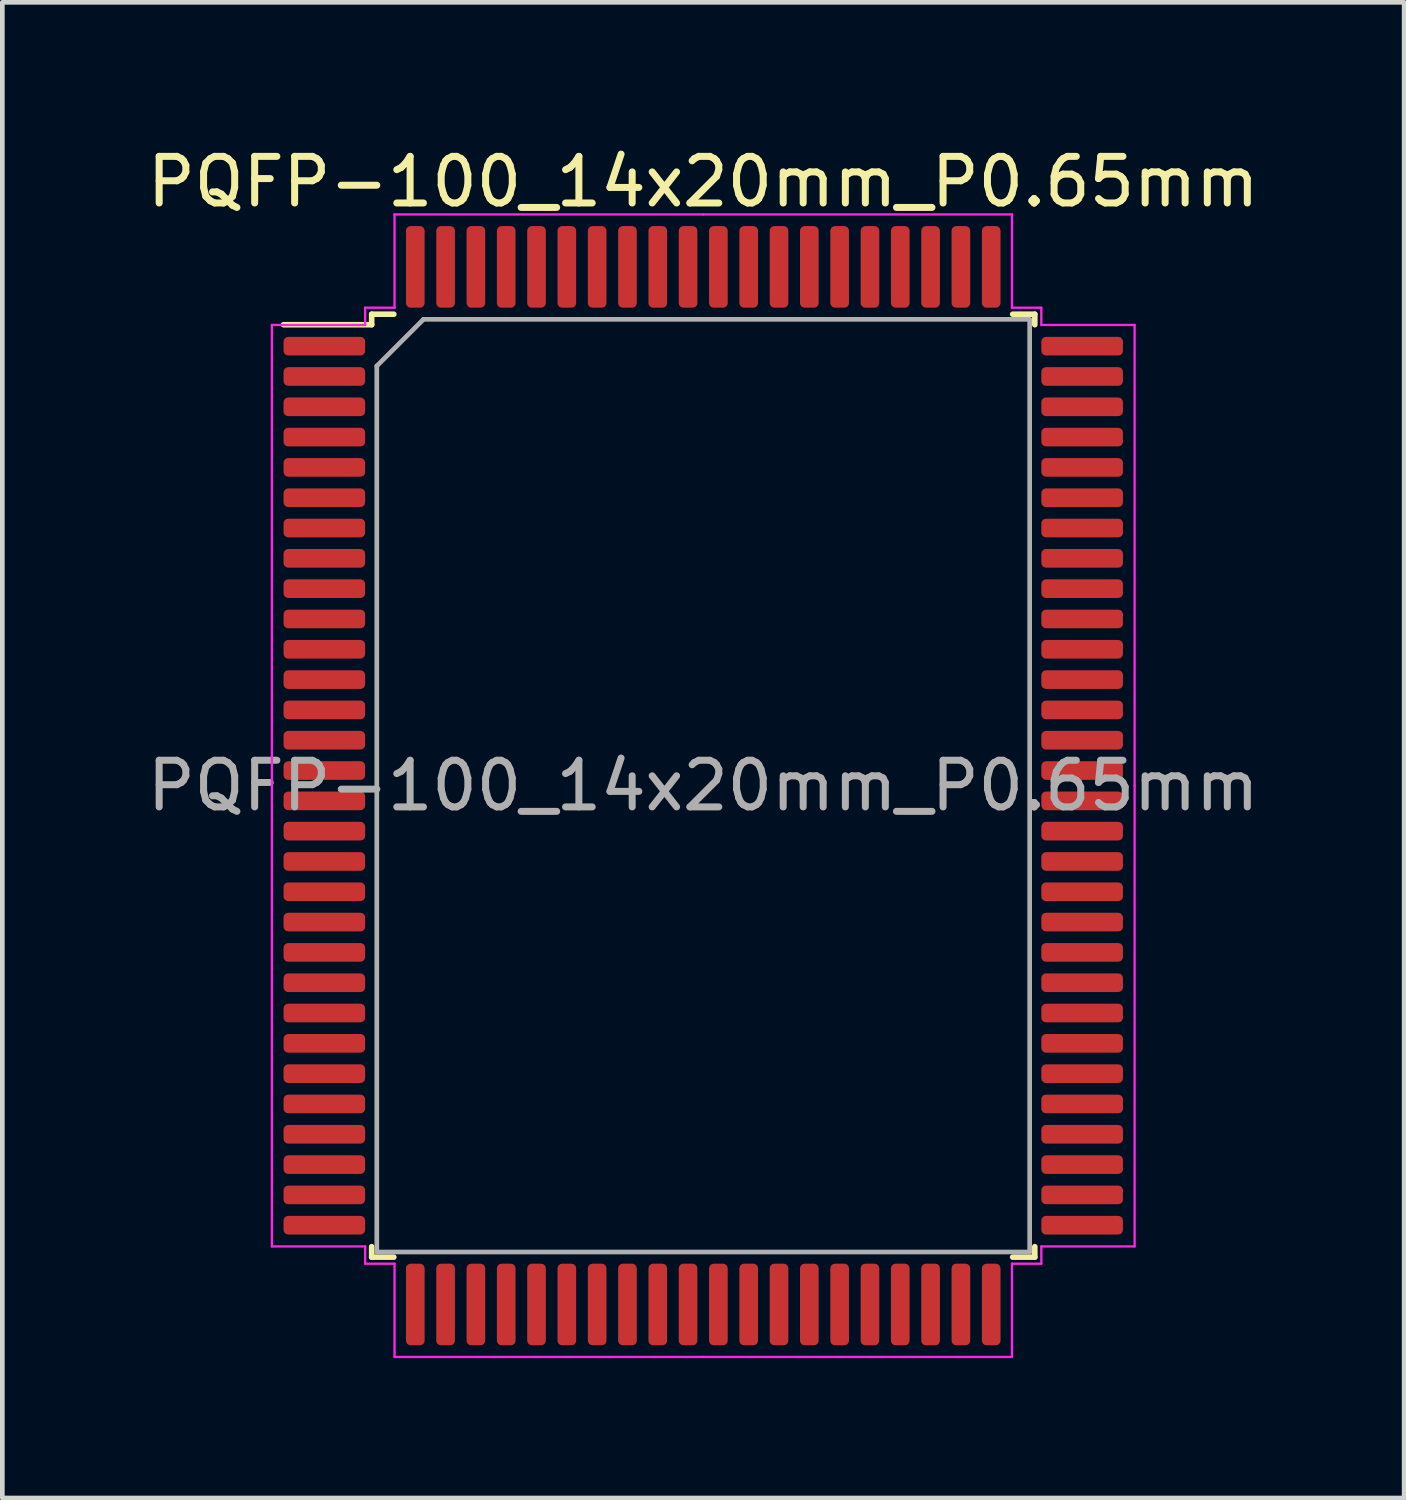
<source format=kicad_pcb>
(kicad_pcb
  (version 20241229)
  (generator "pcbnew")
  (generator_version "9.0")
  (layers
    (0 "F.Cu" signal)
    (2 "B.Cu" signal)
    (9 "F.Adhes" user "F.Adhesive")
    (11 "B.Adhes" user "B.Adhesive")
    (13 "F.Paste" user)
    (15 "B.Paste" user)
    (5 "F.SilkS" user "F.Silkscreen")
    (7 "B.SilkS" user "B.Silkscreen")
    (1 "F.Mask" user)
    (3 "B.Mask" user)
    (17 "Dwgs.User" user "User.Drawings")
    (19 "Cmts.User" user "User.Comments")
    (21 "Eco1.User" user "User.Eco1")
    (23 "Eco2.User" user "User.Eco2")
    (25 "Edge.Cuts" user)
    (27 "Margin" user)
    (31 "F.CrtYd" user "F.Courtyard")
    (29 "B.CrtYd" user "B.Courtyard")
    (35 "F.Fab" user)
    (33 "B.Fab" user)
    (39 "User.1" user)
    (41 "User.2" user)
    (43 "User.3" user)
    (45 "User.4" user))
  (footprint "PQFP-100_14x20mm_P0.65mm"
    (layer "F.Cu")
    (at 12.03 13.798)
    (property "Reference" "PQFP-100_14x20mm_P0.65mm" (at 0 -12.95 0) (layer "F.SilkS") (effects (font (size 1 1) (thickness 0.15))))
    (attr smd)
    (fp_line (start -7.11 -10.11) (end -7.11 -9.885) (stroke (width 0.12) (type solid)) (layer "F.SilkS"))
    (fp_line (start -7.11 -9.885) (end -9 -9.885) (stroke (width 0.12) (type solid)) (layer "F.SilkS"))
    (fp_line (start -7.11 10.11) (end -7.11 9.885) (stroke (width 0.12) (type solid)) (layer "F.SilkS"))
    (fp_line (start -6.635 -10.11) (end -7.11 -10.11) (stroke (width 0.12) (type solid)) (layer "F.SilkS"))
    (fp_line (start -6.635 10.11) (end -7.11 10.11) (stroke (width 0.12) (type solid)) (layer "F.SilkS"))
    (fp_line (start 6.635 -10.11) (end 7.11 -10.11) (stroke (width 0.12) (type solid)) (layer "F.SilkS"))
    (fp_line (start 6.635 10.11) (end 7.11 10.11) (stroke (width 0.12) (type solid)) (layer "F.SilkS"))
    (fp_line (start 7.11 -10.11) (end 7.11 -9.885) (stroke (width 0.12) (type solid)) (layer "F.SilkS"))
    (fp_line (start 7.11 10.11) (end 7.11 9.885) (stroke (width 0.12) (type solid)) (layer "F.SilkS"))
    (fp_line (start -9.25 -9.88) (end -9.25 0) (stroke (width 0.05) (type solid)) (layer "F.CrtYd"))
    (fp_line (start -9.25 9.88) (end -9.25 0) (stroke (width 0.05) (type solid)) (layer "F.CrtYd"))
    (fp_line (start -7.25 -10.25) (end -7.25 -9.88) (stroke (width 0.05) (type solid)) (layer "F.CrtYd"))
    (fp_line (start -7.25 -9.88) (end -9.25 -9.88) (stroke (width 0.05) (type solid)) (layer "F.CrtYd"))
    (fp_line (start -7.25 9.88) (end -9.25 9.88) (stroke (width 0.05) (type solid)) (layer "F.CrtYd"))
    (fp_line (start -7.25 10.25) (end -7.25 9.88) (stroke (width 0.05) (type solid)) (layer "F.CrtYd"))
    (fp_line (start -6.62 -12.25) (end -6.62 -10.25) (stroke (width 0.05) (type solid)) (layer "F.CrtYd"))
    (fp_line (start -6.62 -10.25) (end -7.25 -10.25) (stroke (width 0.05) (type solid)) (layer "F.CrtYd"))
    (fp_line (start -6.62 10.25) (end -7.25 10.25) (stroke (width 0.05) (type solid)) (layer "F.CrtYd"))
    (fp_line (start -6.62 12.25) (end -6.62 10.25) (stroke (width 0.05) (type solid)) (layer "F.CrtYd"))
    (fp_line (start 0 -12.25) (end -6.62 -12.25) (stroke (width 0.05) (type solid)) (layer "F.CrtYd"))
    (fp_line (start 0 -12.25) (end 6.62 -12.25) (stroke (width 0.05) (type solid)) (layer "F.CrtYd"))
    (fp_line (start 0 12.25) (end -6.62 12.25) (stroke (width 0.05) (type solid)) (layer "F.CrtYd"))
    (fp_line (start 0 12.25) (end 6.62 12.25) (stroke (width 0.05) (type solid)) (layer "F.CrtYd"))
    (fp_line (start 6.62 -12.25) (end 6.62 -10.25) (stroke (width 0.05) (type solid)) (layer "F.CrtYd"))
    (fp_line (start 6.62 -10.25) (end 7.25 -10.25) (stroke (width 0.05) (type solid)) (layer "F.CrtYd"))
    (fp_line (start 6.62 10.25) (end 7.25 10.25) (stroke (width 0.05) (type solid)) (layer "F.CrtYd"))
    (fp_line (start 6.62 12.25) (end 6.62 10.25) (stroke (width 0.05) (type solid)) (layer "F.CrtYd"))
    (fp_line (start 7.25 -10.25) (end 7.25 -9.88) (stroke (width 0.05) (type solid)) (layer "F.CrtYd"))
    (fp_line (start 7.25 -9.88) (end 9.25 -9.88) (stroke (width 0.05) (type solid)) (layer "F.CrtYd"))
    (fp_line (start 7.25 9.88) (end 9.25 9.88) (stroke (width 0.05) (type solid)) (layer "F.CrtYd"))
    (fp_line (start 7.25 10.25) (end 7.25 9.88) (stroke (width 0.05) (type solid)) (layer "F.CrtYd"))
    (fp_line (start 9.25 -9.88) (end 9.25 0) (stroke (width 0.05) (type solid)) (layer "F.CrtYd"))
    (fp_line (start 9.25 9.88) (end 9.25 0) (stroke (width 0.05) (type solid)) (layer "F.CrtYd"))
    (fp_line (start -7 -9) (end -6 -10) (stroke (width 0.1) (type solid)) (layer "F.Fab"))
    (fp_line (start -7 10) (end -7 -9) (stroke (width 0.1) (type solid)) (layer "F.Fab"))
    (fp_line (start -6 -10) (end 7 -10) (stroke (width 0.1) (type solid)) (layer "F.Fab"))
    (fp_line (start 7 -10) (end 7 10) (stroke (width 0.1) (type solid)) (layer "F.Fab"))
    (fp_line (start 7 10) (end -7 10) (stroke (width 0.1) (type solid)) (layer "F.Fab"))
    (fp_text user "${REFERENCE}" (at 0 0 0) (layer "F.Fab") (effects (font (size 1 1) (thickness 0.15))))
    (pad "1" smd roundrect (at -8.125 -9.425) (size 1.75 0.4) (layers "F.Cu" "F.Mask" "F.Paste") (roundrect_rratio 0.25))
    (pad "2" smd roundrect (at -8.125 -8.775) (size 1.75 0.4) (layers "F.Cu" "F.Mask" "F.Paste") (roundrect_rratio 0.25))
    (pad "3" smd roundrect (at -8.125 -8.125) (size 1.75 0.4) (layers "F.Cu" "F.Mask" "F.Paste") (roundrect_rratio 0.25))
    (pad "4" smd roundrect (at -8.125 -7.475) (size 1.75 0.4) (layers "F.Cu" "F.Mask" "F.Paste") (roundrect_rratio 0.25))
    (pad "5" smd roundrect (at -8.125 -6.825) (size 1.75 0.4) (layers "F.Cu" "F.Mask" "F.Paste") (roundrect_rratio 0.25))
    (pad "6" smd roundrect (at -8.125 -6.175) (size 1.75 0.4) (layers "F.Cu" "F.Mask" "F.Paste") (roundrect_rratio 0.25))
    (pad "7" smd roundrect (at -8.125 -5.525) (size 1.75 0.4) (layers "F.Cu" "F.Mask" "F.Paste") (roundrect_rratio 0.25))
    (pad "8" smd roundrect (at -8.125 -4.875) (size 1.75 0.4) (layers "F.Cu" "F.Mask" "F.Paste") (roundrect_rratio 0.25))
    (pad "9" smd roundrect (at -8.125 -4.225) (size 1.75 0.4) (layers "F.Cu" "F.Mask" "F.Paste") (roundrect_rratio 0.25))
    (pad "10" smd roundrect (at -8.125 -3.575) (size 1.75 0.4) (layers "F.Cu" "F.Mask" "F.Paste") (roundrect_rratio 0.25))
    (pad "11" smd roundrect (at -8.125 -2.925) (size 1.75 0.4) (layers "F.Cu" "F.Mask" "F.Paste") (roundrect_rratio 0.25))
    (pad "12" smd roundrect (at -8.125 -2.275) (size 1.75 0.4) (layers "F.Cu" "F.Mask" "F.Paste") (roundrect_rratio 0.25))
    (pad "13" smd roundrect (at -8.125 -1.625) (size 1.75 0.4) (layers "F.Cu" "F.Mask" "F.Paste") (roundrect_rratio 0.25))
    (pad "14" smd roundrect (at -8.125 -0.975) (size 1.75 0.4) (layers "F.Cu" "F.Mask" "F.Paste") (roundrect_rratio 0.25))
    (pad "15" smd roundrect (at -8.125 -0.325) (size 1.75 0.4) (layers "F.Cu" "F.Mask" "F.Paste") (roundrect_rratio 0.25))
    (pad "16" smd roundrect (at -8.125 0.325) (size 1.75 0.4) (layers "F.Cu" "F.Mask" "F.Paste") (roundrect_rratio 0.25))
    (pad "17" smd roundrect (at -8.125 0.975) (size 1.75 0.4) (layers "F.Cu" "F.Mask" "F.Paste") (roundrect_rratio 0.25))
    (pad "18" smd roundrect (at -8.125 1.625) (size 1.75 0.4) (layers "F.Cu" "F.Mask" "F.Paste") (roundrect_rratio 0.25))
    (pad "19" smd roundrect (at -8.125 2.275) (size 1.75 0.4) (layers "F.Cu" "F.Mask" "F.Paste") (roundrect_rratio 0.25))
    (pad "20" smd roundrect (at -8.125 2.925) (size 1.75 0.4) (layers "F.Cu" "F.Mask" "F.Paste") (roundrect_rratio 0.25))
    (pad "21" smd roundrect (at -8.125 3.575) (size 1.75 0.4) (layers "F.Cu" "F.Mask" "F.Paste") (roundrect_rratio 0.25))
    (pad "22" smd roundrect (at -8.125 4.225) (size 1.75 0.4) (layers "F.Cu" "F.Mask" "F.Paste") (roundrect_rratio 0.25))
    (pad "23" smd roundrect (at -8.125 4.875) (size 1.75 0.4) (layers "F.Cu" "F.Mask" "F.Paste") (roundrect_rratio 0.25))
    (pad "24" smd roundrect (at -8.125 5.525) (size 1.75 0.4) (layers "F.Cu" "F.Mask" "F.Paste") (roundrect_rratio 0.25))
    (pad "25" smd roundrect (at -8.125 6.175) (size 1.75 0.4) (layers "F.Cu" "F.Mask" "F.Paste") (roundrect_rratio 0.25))
    (pad "26" smd roundrect (at -8.125 6.825) (size 1.75 0.4) (layers "F.Cu" "F.Mask" "F.Paste") (roundrect_rratio 0.25))
    (pad "27" smd roundrect (at -8.125 7.475) (size 1.75 0.4) (layers "F.Cu" "F.Mask" "F.Paste") (roundrect_rratio 0.25))
    (pad "28" smd roundrect (at -8.125 8.125) (size 1.75 0.4) (layers "F.Cu" "F.Mask" "F.Paste") (roundrect_rratio 0.25))
    (pad "29" smd roundrect (at -8.125 8.775) (size 1.75 0.4) (layers "F.Cu" "F.Mask" "F.Paste") (roundrect_rratio 0.25))
    (pad "30" smd roundrect (at -8.125 9.425) (size 1.75 0.4) (layers "F.Cu" "F.Mask" "F.Paste") (roundrect_rratio 0.25))
    (pad "31" smd roundrect (at -6.175 11.125) (size 0.4 1.75) (layers "F.Cu" "F.Mask" "F.Paste") (roundrect_rratio 0.25))
    (pad "32" smd roundrect (at -5.525 11.125) (size 0.4 1.75) (layers "F.Cu" "F.Mask" "F.Paste") (roundrect_rratio 0.25))
    (pad "33" smd roundrect (at -4.875 11.125) (size 0.4 1.75) (layers "F.Cu" "F.Mask" "F.Paste") (roundrect_rratio 0.25))
    (pad "34" smd roundrect (at -4.225 11.125) (size 0.4 1.75) (layers "F.Cu" "F.Mask" "F.Paste") (roundrect_rratio 0.25))
    (pad "35" smd roundrect (at -3.575 11.125) (size 0.4 1.75) (layers "F.Cu" "F.Mask" "F.Paste") (roundrect_rratio 0.25))
    (pad "36" smd roundrect (at -2.925 11.125) (size 0.4 1.75) (layers "F.Cu" "F.Mask" "F.Paste") (roundrect_rratio 0.25))
    (pad "37" smd roundrect (at -2.275 11.125) (size 0.4 1.75) (layers "F.Cu" "F.Mask" "F.Paste") (roundrect_rratio 0.25))
    (pad "38" smd roundrect (at -1.625 11.125) (size 0.4 1.75) (layers "F.Cu" "F.Mask" "F.Paste") (roundrect_rratio 0.25))
    (pad "39" smd roundrect (at -0.975 11.125) (size 0.4 1.75) (layers "F.Cu" "F.Mask" "F.Paste") (roundrect_rratio 0.25))
    (pad "40" smd roundrect (at -0.325 11.125) (size 0.4 1.75) (layers "F.Cu" "F.Mask" "F.Paste") (roundrect_rratio 0.25))
    (pad "41" smd roundrect (at 0.325 11.125) (size 0.4 1.75) (layers "F.Cu" "F.Mask" "F.Paste") (roundrect_rratio 0.25))
    (pad "42" smd roundrect (at 0.975 11.125) (size 0.4 1.75) (layers "F.Cu" "F.Mask" "F.Paste") (roundrect_rratio 0.25))
    (pad "43" smd roundrect (at 1.625 11.125) (size 0.4 1.75) (layers "F.Cu" "F.Mask" "F.Paste") (roundrect_rratio 0.25))
    (pad "44" smd roundrect (at 2.275 11.125) (size 0.4 1.75) (layers "F.Cu" "F.Mask" "F.Paste") (roundrect_rratio 0.25))
    (pad "45" smd roundrect (at 2.925 11.125) (size 0.4 1.75) (layers "F.Cu" "F.Mask" "F.Paste") (roundrect_rratio 0.25))
    (pad "46" smd roundrect (at 3.575 11.125) (size 0.4 1.75) (layers "F.Cu" "F.Mask" "F.Paste") (roundrect_rratio 0.25))
    (pad "47" smd roundrect (at 4.225 11.125) (size 0.4 1.75) (layers "F.Cu" "F.Mask" "F.Paste") (roundrect_rratio 0.25))
    (pad "48" smd roundrect (at 4.875 11.125) (size 0.4 1.75) (layers "F.Cu" "F.Mask" "F.Paste") (roundrect_rratio 0.25))
    (pad "49" smd roundrect (at 5.525 11.125) (size 0.4 1.75) (layers "F.Cu" "F.Mask" "F.Paste") (roundrect_rratio 0.25))
    (pad "50" smd roundrect (at 6.175 11.125) (size 0.4 1.75) (layers "F.Cu" "F.Mask" "F.Paste") (roundrect_rratio 0.25))
    (pad "51" smd roundrect (at 8.125 9.425) (size 1.75 0.4) (layers "F.Cu" "F.Mask" "F.Paste") (roundrect_rratio 0.25))
    (pad "52" smd roundrect (at 8.125 8.775) (size 1.75 0.4) (layers "F.Cu" "F.Mask" "F.Paste") (roundrect_rratio 0.25))
    (pad "53" smd roundrect (at 8.125 8.125) (size 1.75 0.4) (layers "F.Cu" "F.Mask" "F.Paste") (roundrect_rratio 0.25))
    (pad "54" smd roundrect (at 8.125 7.475) (size 1.75 0.4) (layers "F.Cu" "F.Mask" "F.Paste") (roundrect_rratio 0.25))
    (pad "55" smd roundrect (at 8.125 6.825) (size 1.75 0.4) (layers "F.Cu" "F.Mask" "F.Paste") (roundrect_rratio 0.25))
    (pad "56" smd roundrect (at 8.125 6.175) (size 1.75 0.4) (layers "F.Cu" "F.Mask" "F.Paste") (roundrect_rratio 0.25))
    (pad "57" smd roundrect (at 8.125 5.525) (size 1.75 0.4) (layers "F.Cu" "F.Mask" "F.Paste") (roundrect_rratio 0.25))
    (pad "58" smd roundrect (at 8.125 4.875) (size 1.75 0.4) (layers "F.Cu" "F.Mask" "F.Paste") (roundrect_rratio 0.25))
    (pad "59" smd roundrect (at 8.125 4.225) (size 1.75 0.4) (layers "F.Cu" "F.Mask" "F.Paste") (roundrect_rratio 0.25))
    (pad "60" smd roundrect (at 8.125 3.575) (size 1.75 0.4) (layers "F.Cu" "F.Mask" "F.Paste") (roundrect_rratio 0.25))
    (pad "61" smd roundrect (at 8.125 2.925) (size 1.75 0.4) (layers "F.Cu" "F.Mask" "F.Paste") (roundrect_rratio 0.25))
    (pad "62" smd roundrect (at 8.125 2.275) (size 1.75 0.4) (layers "F.Cu" "F.Mask" "F.Paste") (roundrect_rratio 0.25))
    (pad "63" smd roundrect (at 8.125 1.625) (size 1.75 0.4) (layers "F.Cu" "F.Mask" "F.Paste") (roundrect_rratio 0.25))
    (pad "64" smd roundrect (at 8.125 0.975) (size 1.75 0.4) (layers "F.Cu" "F.Mask" "F.Paste") (roundrect_rratio 0.25))
    (pad "65" smd roundrect (at 8.125 0.325) (size 1.75 0.4) (layers "F.Cu" "F.Mask" "F.Paste") (roundrect_rratio 0.25))
    (pad "66" smd roundrect (at 8.125 -0.325) (size 1.75 0.4) (layers "F.Cu" "F.Mask" "F.Paste") (roundrect_rratio 0.25))
    (pad "67" smd roundrect (at 8.125 -0.975) (size 1.75 0.4) (layers "F.Cu" "F.Mask" "F.Paste") (roundrect_rratio 0.25))
    (pad "68" smd roundrect (at 8.125 -1.625) (size 1.75 0.4) (layers "F.Cu" "F.Mask" "F.Paste") (roundrect_rratio 0.25))
    (pad "69" smd roundrect (at 8.125 -2.275) (size 1.75 0.4) (layers "F.Cu" "F.Mask" "F.Paste") (roundrect_rratio 0.25))
    (pad "70" smd roundrect (at 8.125 -2.925) (size 1.75 0.4) (layers "F.Cu" "F.Mask" "F.Paste") (roundrect_rratio 0.25))
    (pad "71" smd roundrect (at 8.125 -3.575) (size 1.75 0.4) (layers "F.Cu" "F.Mask" "F.Paste") (roundrect_rratio 0.25))
    (pad "72" smd roundrect (at 8.125 -4.225) (size 1.75 0.4) (layers "F.Cu" "F.Mask" "F.Paste") (roundrect_rratio 0.25))
    (pad "73" smd roundrect (at 8.125 -4.875) (size 1.75 0.4) (layers "F.Cu" "F.Mask" "F.Paste") (roundrect_rratio 0.25))
    (pad "74" smd roundrect (at 8.125 -5.525) (size 1.75 0.4) (layers "F.Cu" "F.Mask" "F.Paste") (roundrect_rratio 0.25))
    (pad "75" smd roundrect (at 8.125 -6.175) (size 1.75 0.4) (layers "F.Cu" "F.Mask" "F.Paste") (roundrect_rratio 0.25))
    (pad "76" smd roundrect (at 8.125 -6.825) (size 1.75 0.4) (layers "F.Cu" "F.Mask" "F.Paste") (roundrect_rratio 0.25))
    (pad "77" smd roundrect (at 8.125 -7.475) (size 1.75 0.4) (layers "F.Cu" "F.Mask" "F.Paste") (roundrect_rratio 0.25))
    (pad "78" smd roundrect (at 8.125 -8.125) (size 1.75 0.4) (layers "F.Cu" "F.Mask" "F.Paste") (roundrect_rratio 0.25))
    (pad "79" smd roundrect (at 8.125 -8.775) (size 1.75 0.4) (layers "F.Cu" "F.Mask" "F.Paste") (roundrect_rratio 0.25))
    (pad "80" smd roundrect (at 8.125 -9.425) (size 1.75 0.4) (layers "F.Cu" "F.Mask" "F.Paste") (roundrect_rratio 0.25))
    (pad "81" smd roundrect (at 6.175 -11.125) (size 0.4 1.75) (layers "F.Cu" "F.Mask" "F.Paste") (roundrect_rratio 0.25))
    (pad "82" smd roundrect (at 5.525 -11.125) (size 0.4 1.75) (layers "F.Cu" "F.Mask" "F.Paste") (roundrect_rratio 0.25))
    (pad "83" smd roundrect (at 4.875 -11.125) (size 0.4 1.75) (layers "F.Cu" "F.Mask" "F.Paste") (roundrect_rratio 0.25))
    (pad "84" smd roundrect (at 4.225 -11.125) (size 0.4 1.75) (layers "F.Cu" "F.Mask" "F.Paste") (roundrect_rratio 0.25))
    (pad "85" smd roundrect (at 3.575 -11.125) (size 0.4 1.75) (layers "F.Cu" "F.Mask" "F.Paste") (roundrect_rratio 0.25))
    (pad "86" smd roundrect (at 2.925 -11.125) (size 0.4 1.75) (layers "F.Cu" "F.Mask" "F.Paste") (roundrect_rratio 0.25))
    (pad "87" smd roundrect (at 2.275 -11.125) (size 0.4 1.75) (layers "F.Cu" "F.Mask" "F.Paste") (roundrect_rratio 0.25))
    (pad "88" smd roundrect (at 1.625 -11.125) (size 0.4 1.75) (layers "F.Cu" "F.Mask" "F.Paste") (roundrect_rratio 0.25))
    (pad "89" smd roundrect (at 0.975 -11.125) (size 0.4 1.75) (layers "F.Cu" "F.Mask" "F.Paste") (roundrect_rratio 0.25))
    (pad "90" smd roundrect (at 0.325 -11.125) (size 0.4 1.75) (layers "F.Cu" "F.Mask" "F.Paste") (roundrect_rratio 0.25))
    (pad "91" smd roundrect (at -0.325 -11.125) (size 0.4 1.75) (layers "F.Cu" "F.Mask" "F.Paste") (roundrect_rratio 0.25))
    (pad "92" smd roundrect (at -0.975 -11.125) (size 0.4 1.75) (layers "F.Cu" "F.Mask" "F.Paste") (roundrect_rratio 0.25))
    (pad "93" smd roundrect (at -1.625 -11.125) (size 0.4 1.75) (layers "F.Cu" "F.Mask" "F.Paste") (roundrect_rratio 0.25))
    (pad "94" smd roundrect (at -2.275 -11.125) (size 0.4 1.75) (layers "F.Cu" "F.Mask" "F.Paste") (roundrect_rratio 0.25))
    (pad "95" smd roundrect (at -2.925 -11.125) (size 0.4 1.75) (layers "F.Cu" "F.Mask" "F.Paste") (roundrect_rratio 0.25))
    (pad "96" smd roundrect (at -3.575 -11.125) (size 0.4 1.75) (layers "F.Cu" "F.Mask" "F.Paste") (roundrect_rratio 0.25))
    (pad "97" smd roundrect (at -4.225 -11.125) (size 0.4 1.75) (layers "F.Cu" "F.Mask" "F.Paste") (roundrect_rratio 0.25))
    (pad "98" smd roundrect (at -4.875 -11.125) (size 0.4 1.75) (layers "F.Cu" "F.Mask" "F.Paste") (roundrect_rratio 0.25))
    (pad "99" smd roundrect (at -5.525 -11.125) (size 0.4 1.75) (layers "F.Cu" "F.Mask" "F.Paste") (roundrect_rratio 0.25))
    (pad "100" smd roundrect (at -6.175 -11.125) (size 0.4 1.75) (layers "F.Cu" "F.Mask" "F.Paste") (roundrect_rratio 0.25)))
  (gr_rect
    (start -3 -3)
    (end 27.06 29.073)
    (stroke (width 0.1) (type default))
    (fill no)
    (layer "Edge.Cuts")))
</source>
